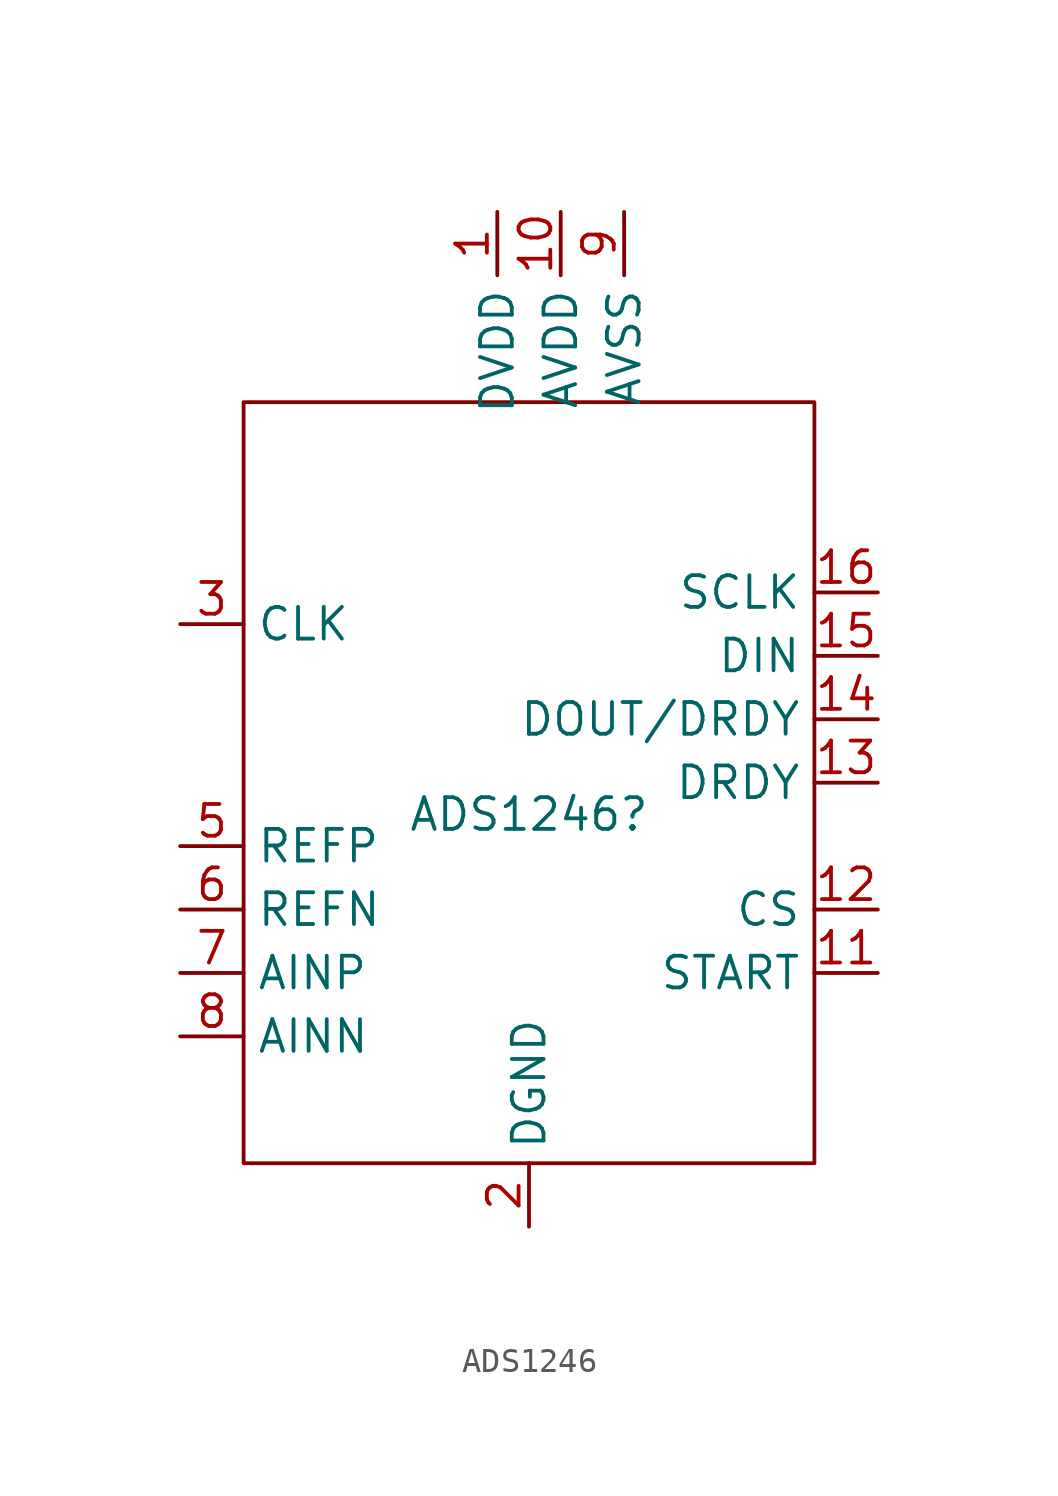
<source format=kicad_sym>
(kicad_symbol_lib
  (version 20220914)
  (generator kicad_symbol_editor)
  (symbol "ADS1246"
    (property "Reference" "ADS1246"
      (at 0 0 0)
      (effects (font (size 1.27 1.27))))
    (property "Value" ""
      (at 8.89 -3.81 0)
      (effects (font (size 1.27 1.27))))
    (symbol "ADS1246_0_1"
      (rectangle (start -11.43 16.51) (end 11.43 -13.97) (stroke (width 0) (type default)) (fill (type none))))
    (symbol "ADS1246_1_1"
      (pin power_in line (at -1.27 24.13 270) (length 2.54) (name "DVDD" (effects (font (size 1.27 1.27)))) (number "1" (effects (font (size 1.27 1.27)))))
      (pin power_in line (at 1.27 24.13 270) (length 2.54) (name "AVDD" (effects (font (size 1.27 1.27)))) (number "10" (effects (font (size 1.27 1.27)))))
      (pin input line (at 13.97 -6.35 180) (length 2.54) (name "START" (effects (font (size 1.27 1.27)))) (number "11" (effects (font (size 1.27 1.27)))))
      (pin input line (at 13.97 -3.81 180) (length 2.54) (name "CS" (effects (font (size 1.27 1.27)))) (number "12" (effects (font (size 1.27 1.27)))))
      (pin input line (at 13.97 1.27 180) (length 2.54) (name "DRDY" (effects (font (size 1.27 1.27)))) (number "13" (effects (font (size 1.27 1.27)))))
      (pin input line (at 13.97 3.81 180) (length 2.54) (name "DOUT/DRDY" (effects (font (size 1.27 1.27)))) (number "14" (effects (font (size 1.27 1.27)))))
      (pin input line (at 13.97 6.35 180) (length 2.54) (name "DIN" (effects (font (size 1.27 1.27)))) (number "15" (effects (font (size 1.27 1.27)))))
      (pin input line (at 13.97 8.89 180) (length 2.54) (name "SCLK" (effects (font (size 1.27 1.27)))) (number "16" (effects (font (size 1.27 1.27)))))
      (pin power_in line (at 0 -16.51 90) (length 2.54) (name "DGND" (effects (font (size 1.27 1.27)))) (number "2" (effects (font (size 1.27 1.27)))))
      (pin input line (at -13.97 7.62 0) (length 2.54) (name "CLK" (effects (font (size 1.27 1.27)))) (number "3" (effects (font (size 1.27 1.27)))))
      (pin input line (at -13.97 -1.27 0) (length 2.54) (name "REFP" (effects (font (size 1.27 1.27)))) (number "5" (effects (font (size 1.27 1.27)))))
      (pin input line (at -13.97 -3.81 0) (length 2.54) (name "REFN" (effects (font (size 1.27 1.27)))) (number "6" (effects (font (size 1.27 1.27)))))
      (pin input line (at -13.97 -6.35 0) (length 2.54) (name "AINP" (effects (font (size 1.27 1.27)))) (number "7" (effects (font (size 1.27 1.27)))))
      (pin input line (at -13.97 -8.89 0) (length 2.54) (name "AINN" (effects (font (size 1.27 1.27)))) (number "8" (effects (font (size 1.27 1.27)))))
      (pin power_in line (at 3.81 24.13 270) (length 2.54) (name "AVSS" (effects (font (size 1.27 1.27)))) (number "9" (effects (font (size 1.27 1.27))))))))
</source>
